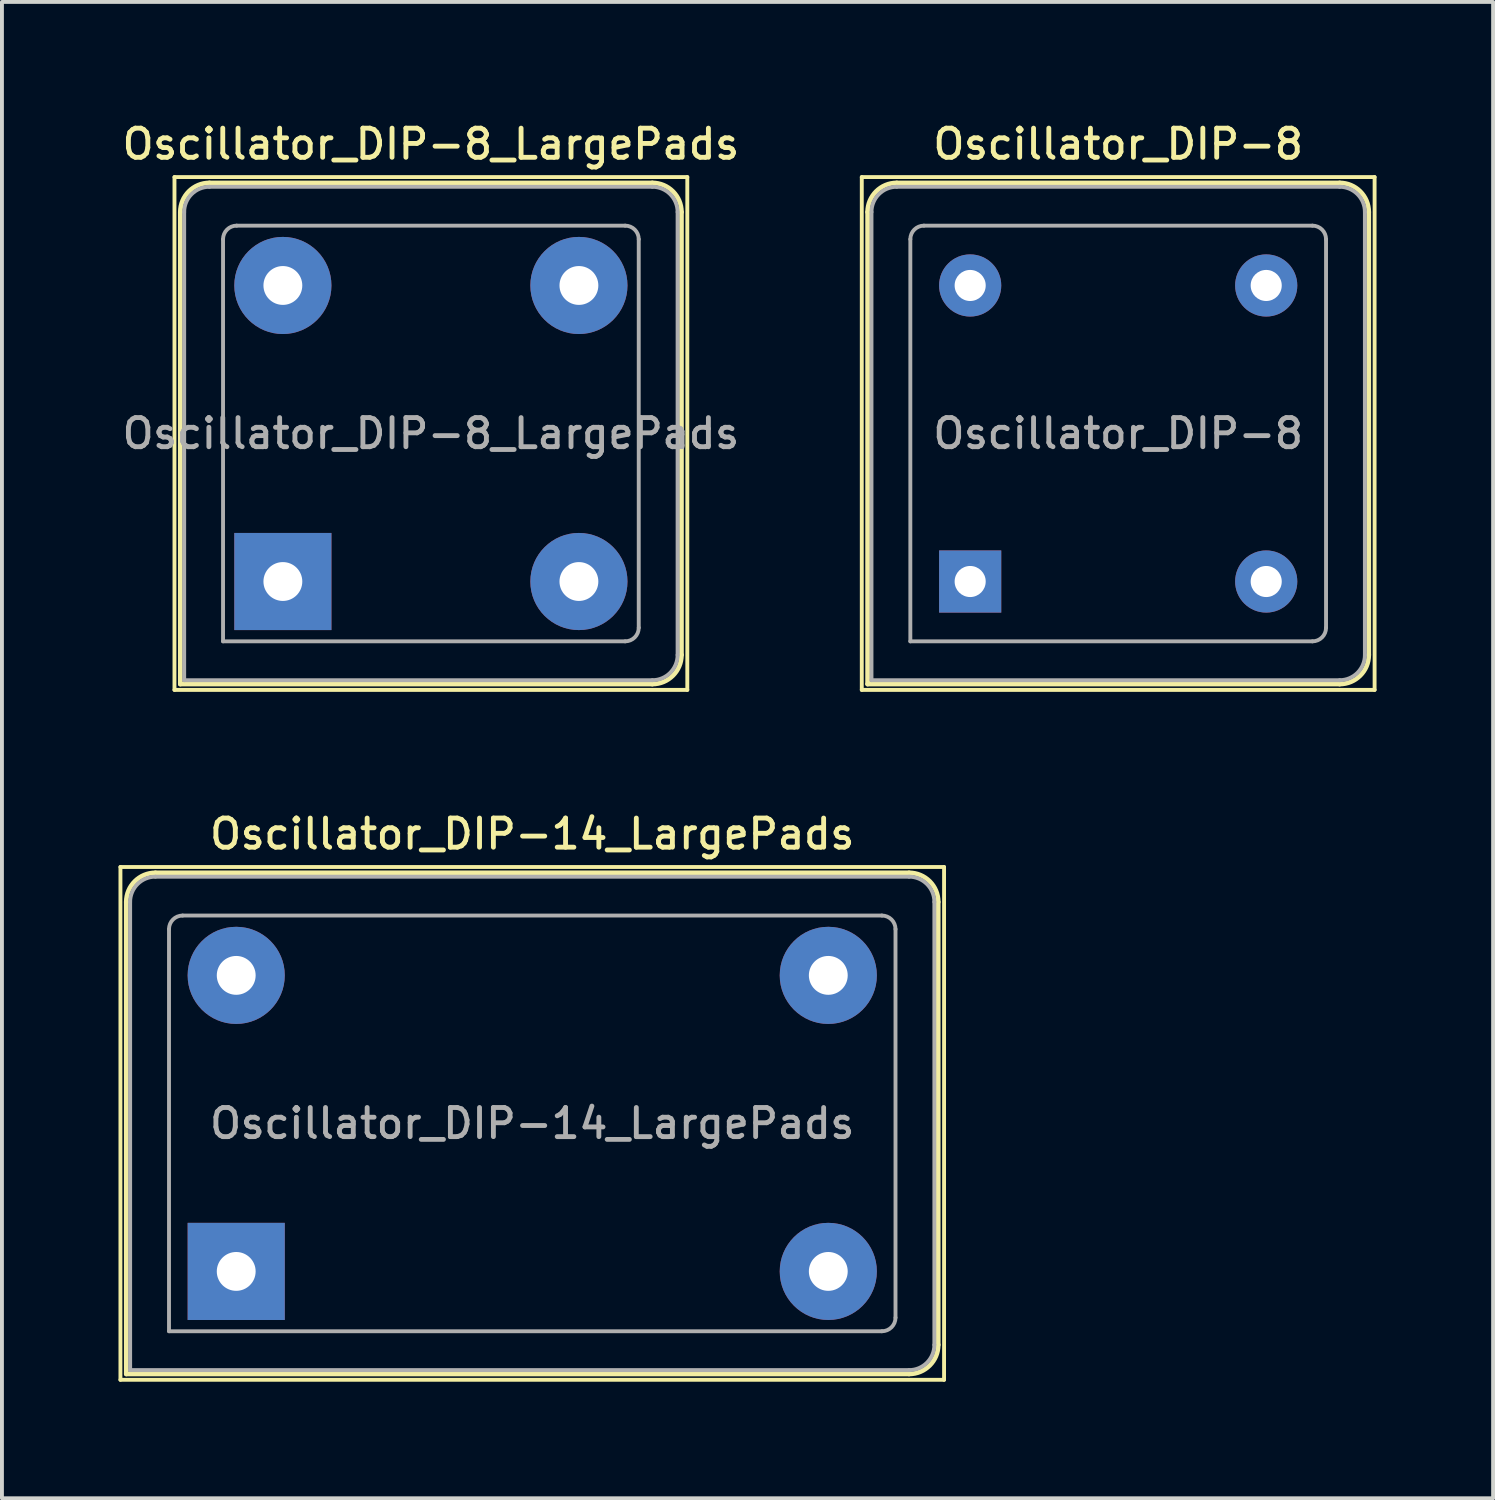
<source format=kicad_pcb>
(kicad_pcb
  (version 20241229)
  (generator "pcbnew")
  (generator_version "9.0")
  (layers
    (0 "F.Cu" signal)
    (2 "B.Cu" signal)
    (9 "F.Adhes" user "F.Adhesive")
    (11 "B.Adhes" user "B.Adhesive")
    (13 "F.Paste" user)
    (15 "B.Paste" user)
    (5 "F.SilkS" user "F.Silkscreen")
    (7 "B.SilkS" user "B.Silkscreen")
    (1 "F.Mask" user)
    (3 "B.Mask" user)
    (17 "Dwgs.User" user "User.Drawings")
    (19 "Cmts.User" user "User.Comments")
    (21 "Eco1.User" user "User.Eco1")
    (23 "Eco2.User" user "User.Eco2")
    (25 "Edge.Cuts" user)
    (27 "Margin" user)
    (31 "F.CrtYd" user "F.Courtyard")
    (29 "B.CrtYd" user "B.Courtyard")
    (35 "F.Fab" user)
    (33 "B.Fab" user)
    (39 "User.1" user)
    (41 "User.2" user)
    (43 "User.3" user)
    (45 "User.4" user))
  (footprint "Oscillator_DIP-8"
    (layer "F.Cu")
    (at 21.922 11.918)
    (property "Reference" "Oscillator_DIP-8" (at 3.81 -11.26 0) (layer "F.SilkS") (effects (font (size 0.75 0.75) (thickness 0.125))))
    (attr through_hole)
    (fp_line (start -2.79 -10.41) (end -2.79 2.79) (stroke (width 0.1) (type solid)) (layer "F.SilkS"))
    (fp_line (start -2.79 2.79) (end 10.41 2.79) (stroke (width 0.1) (type solid)) (layer "F.SilkS"))
    (fp_line (start -2.64 -9.51) (end -2.64 2.64) (stroke (width 0.12) (type solid)) (layer "F.SilkS"))
    (fp_line (start -2.64 2.64) (end 9.51 2.64) (stroke (width 0.12) (type solid)) (layer "F.SilkS"))
    (fp_line (start 9.51 -10.26) (end -1.89 -10.26) (stroke (width 0.12) (type solid)) (layer "F.SilkS"))
    (fp_line (start 10.26 1.89) (end 10.26 -9.51) (stroke (width 0.12) (type solid)) (layer "F.SilkS"))
    (fp_line (start 10.41 -10.41) (end -2.79 -10.41) (stroke (width 0.1) (type solid)) (layer "F.SilkS"))
    (fp_line (start 10.41 2.79) (end 10.41 -10.41) (stroke (width 0.1) (type solid)) (layer "F.SilkS"))
    (fp_arc (start -2.64 -9.51) (mid -2.42033 -10.04033) (end -1.89 -10.26) (stroke (width 0.12) (type solid)) (layer "F.SilkS"))
    (fp_arc (start 9.51 -10.26) (mid 10.04033 -10.04033) (end 10.26 -9.51) (stroke (width 0.12) (type solid)) (layer "F.SilkS"))
    (fp_arc (start 10.26 1.89) (mid 10.04033 2.42033) (end 9.51 2.64) (stroke (width 0.12) (type solid)) (layer "F.SilkS"))
    (fp_line (start -2.54 2.54) (end -2.54 -9.51) (stroke (width 0.1) (type solid)) (layer "F.Fab"))
    (fp_line (start -2.54 2.54) (end 9.51 2.54) (stroke (width 0.1) (type solid)) (layer "F.Fab"))
    (fp_line (start -1.89 -10.16) (end 9.51 -10.16) (stroke (width 0.1) (type solid)) (layer "F.Fab"))
    (fp_line (start -1.54 1.54) (end -1.54 -8.81) (stroke (width 0.1) (type solid)) (layer "F.Fab"))
    (fp_line (start -1.54 1.54) (end 8.81 1.54) (stroke (width 0.1) (type solid)) (layer "F.Fab"))
    (fp_line (start -1.19 -9.16) (end 8.81 -9.16) (stroke (width 0.1) (type solid)) (layer "F.Fab"))
    (fp_line (start 9.16 1.19) (end 9.16 -8.81) (stroke (width 0.1) (type solid)) (layer "F.Fab"))
    (fp_line (start 10.16 -9.51) (end 10.16 1.89) (stroke (width 0.1) (type solid)) (layer "F.Fab"))
    (fp_arc (start -2.54 -9.51) (mid -2.349619 -9.969619) (end -1.89 -10.16) (stroke (width 0.1) (type solid)) (layer "F.Fab"))
    (fp_arc (start -1.54 -8.81) (mid -1.437487 -9.057487) (end -1.19 -9.16) (stroke (width 0.1) (type solid)) (layer "F.Fab"))
    (fp_arc (start 8.81 -9.16) (mid 9.057487 -9.057487) (end 9.16 -8.81) (stroke (width 0.1) (type solid)) (layer "F.Fab"))
    (fp_arc (start 9.16 1.19) (mid 9.057487 1.437487) (end 8.81 1.54) (stroke (width 0.1) (type solid)) (layer "F.Fab"))
    (fp_arc (start 9.51 -10.16) (mid 9.969619 -9.969619) (end 10.16 -9.51) (stroke (width 0.1) (type solid)) (layer "F.Fab"))
    (fp_arc (start 10.16 1.89) (mid 9.969619 2.349619) (end 9.51 2.54) (stroke (width 0.1) (type solid)) (layer "F.Fab"))
    (fp_text user "${REFERENCE}" (at 3.81 -3.81 0) (layer "F.Fab") (effects (font (size 0.75 0.75) (thickness 0.125))))
    (pad "1" thru_hole rect (at 0 0) (size 1.6 1.6) (drill 0.8) (layers "*.Cu" "*.Mask"))
    (pad "4" thru_hole circle (at 7.62 0) (size 1.6 1.6) (drill 0.8) (layers "*.Cu" "*.Mask"))
    (pad "5" thru_hole circle (at 7.62 -7.62) (size 1.6 1.6) (drill 0.8) (layers "*.Cu" "*.Mask"))
    (pad "8" thru_hole circle (at 0 -7.62) (size 1.6 1.6) (drill 0.8) (layers "*.Cu" "*.Mask")))
  (footprint "Oscillator_DIP-14_LargePads"
    (layer "F.Cu")
    (at 3.03 29.676)
    (property "Reference" "Oscillator_DIP-14_LargePads" (at 7.62 -11.26 0) (layer "F.SilkS") (effects (font (size 0.75 0.75) (thickness 0.125))))
    (attr through_hole)
    (fp_line (start -2.98 -10.41) (end -2.98 2.79) (stroke (width 0.1) (type solid)) (layer "F.SilkS"))
    (fp_line (start -2.98 2.79) (end 18.22 2.79) (stroke (width 0.1) (type solid)) (layer "F.SilkS"))
    (fp_line (start -2.83 -9.51) (end -2.83 2.64) (stroke (width 0.12) (type solid)) (layer "F.SilkS"))
    (fp_line (start -2.83 2.64) (end 17.32 2.64) (stroke (width 0.12) (type solid)) (layer "F.SilkS"))
    (fp_line (start 17.32 -10.26) (end -2.08 -10.26) (stroke (width 0.12) (type solid)) (layer "F.SilkS"))
    (fp_line (start 18.07 1.89) (end 18.07 -9.51) (stroke (width 0.12) (type solid)) (layer "F.SilkS"))
    (fp_line (start 18.22 -10.41) (end -2.98 -10.41) (stroke (width 0.1) (type solid)) (layer "F.SilkS"))
    (fp_line (start 18.22 2.79) (end 18.22 -10.41) (stroke (width 0.1) (type solid)) (layer "F.SilkS"))
    (fp_arc (start -2.83 -9.51) (mid -2.61033 -10.04033) (end -2.08 -10.26) (stroke (width 0.12) (type solid)) (layer "F.SilkS"))
    (fp_arc (start 17.32 -10.26) (mid 17.85033 -10.04033) (end 18.07 -9.51) (stroke (width 0.12) (type solid)) (layer "F.SilkS"))
    (fp_arc (start 18.07 1.89) (mid 17.85033 2.42033) (end 17.32 2.64) (stroke (width 0.12) (type solid)) (layer "F.SilkS"))
    (fp_line (start -2.73 2.54) (end -2.73 -9.51) (stroke (width 0.1) (type solid)) (layer "F.Fab"))
    (fp_line (start -2.73 2.54) (end 17.32 2.54) (stroke (width 0.1) (type solid)) (layer "F.Fab"))
    (fp_line (start -2.08 -10.16) (end 17.32 -10.16) (stroke (width 0.1) (type solid)) (layer "F.Fab"))
    (fp_line (start -1.73 1.54) (end -1.73 -8.81) (stroke (width 0.1) (type solid)) (layer "F.Fab"))
    (fp_line (start -1.73 1.54) (end 16.62 1.54) (stroke (width 0.1) (type solid)) (layer "F.Fab"))
    (fp_line (start -1.38 -9.16) (end 16.62 -9.16) (stroke (width 0.1) (type solid)) (layer "F.Fab"))
    (fp_line (start 16.97 1.19) (end 16.97 -8.81) (stroke (width 0.1) (type solid)) (layer "F.Fab"))
    (fp_line (start 17.97 -9.51) (end 17.97 1.89) (stroke (width 0.1) (type solid)) (layer "F.Fab"))
    (fp_arc (start -2.73 -9.51) (mid -2.539619 -9.969619) (end -2.08 -10.16) (stroke (width 0.1) (type solid)) (layer "F.Fab"))
    (fp_arc (start -1.73 -8.81) (mid -1.627487 -9.057487) (end -1.38 -9.16) (stroke (width 0.1) (type solid)) (layer "F.Fab"))
    (fp_arc (start 16.62 -9.16) (mid 16.867487 -9.057487) (end 16.97 -8.81) (stroke (width 0.1) (type solid)) (layer "F.Fab"))
    (fp_arc (start 16.97 1.19) (mid 16.867487 1.437487) (end 16.62 1.54) (stroke (width 0.1) (type solid)) (layer "F.Fab"))
    (fp_arc (start 17.32 -10.16) (mid 17.779619 -9.969619) (end 17.97 -9.51) (stroke (width 0.1) (type solid)) (layer "F.Fab"))
    (fp_arc (start 17.97 1.89) (mid 17.779619 2.349619) (end 17.32 2.54) (stroke (width 0.1) (type solid)) (layer "F.Fab"))
    (fp_text user "${REFERENCE}" (at 7.62 -3.81 0) (layer "F.Fab") (effects (font (size 0.75 0.75) (thickness 0.125))))
    (pad "1" thru_hole rect (at 0 0) (size 2.5 2.5) (drill 1) (layers "*.Cu" "*.Mask"))
    (pad "7" thru_hole circle (at 15.24 0) (size 2.5 2.5) (drill 1) (layers "*.Cu" "*.Mask"))
    (pad "8" thru_hole circle (at 15.24 -7.62) (size 2.5 2.5) (drill 1) (layers "*.Cu" "*.Mask"))
    (pad "14" thru_hole circle (at 0 -7.62) (size 2.5 2.5) (drill 1) (layers "*.Cu" "*.Mask")))
  (footprint "Oscillator_DIP-8_LargePads"
    (layer "F.Cu")
    (at 4.231 11.918)
    (property "Reference" "Oscillator_DIP-8_LargePads" (at 3.81 -11.26 0) (layer "F.SilkS") (effects (font (size 0.75 0.75) (thickness 0.125))))
    (attr through_hole)
    (fp_line (start -2.79 -10.41) (end -2.79 2.79) (stroke (width 0.1) (type solid)) (layer "F.SilkS"))
    (fp_line (start -2.79 2.79) (end 10.41 2.79) (stroke (width 0.1) (type solid)) (layer "F.SilkS"))
    (fp_line (start -2.64 -9.51) (end -2.64 2.64) (stroke (width 0.12) (type solid)) (layer "F.SilkS"))
    (fp_line (start -2.64 2.64) (end 9.51 2.64) (stroke (width 0.12) (type solid)) (layer "F.SilkS"))
    (fp_line (start 9.51 -10.26) (end -1.89 -10.26) (stroke (width 0.12) (type solid)) (layer "F.SilkS"))
    (fp_line (start 10.26 1.89) (end 10.26 -9.51) (stroke (width 0.12) (type solid)) (layer "F.SilkS"))
    (fp_line (start 10.41 -10.41) (end -2.79 -10.41) (stroke (width 0.1) (type solid)) (layer "F.SilkS"))
    (fp_line (start 10.41 2.79) (end 10.41 -10.41) (stroke (width 0.1) (type solid)) (layer "F.SilkS"))
    (fp_arc (start -2.64 -9.51) (mid -2.42033 -10.04033) (end -1.89 -10.26) (stroke (width 0.12) (type solid)) (layer "F.SilkS"))
    (fp_arc (start 9.51 -10.26) (mid 10.04033 -10.04033) (end 10.26 -9.51) (stroke (width 0.12) (type solid)) (layer "F.SilkS"))
    (fp_arc (start 10.26 1.89) (mid 10.04033 2.42033) (end 9.51 2.64) (stroke (width 0.12) (type solid)) (layer "F.SilkS"))
    (fp_line (start -2.54 2.54) (end -2.54 -9.51) (stroke (width 0.1) (type solid)) (layer "F.Fab"))
    (fp_line (start -2.54 2.54) (end 9.51 2.54) (stroke (width 0.1) (type solid)) (layer "F.Fab"))
    (fp_line (start -1.89 -10.16) (end 9.51 -10.16) (stroke (width 0.1) (type solid)) (layer "F.Fab"))
    (fp_line (start -1.54 1.54) (end -1.54 -8.81) (stroke (width 0.1) (type solid)) (layer "F.Fab"))
    (fp_line (start -1.54 1.54) (end 8.81 1.54) (stroke (width 0.1) (type solid)) (layer "F.Fab"))
    (fp_line (start -1.19 -9.16) (end 8.81 -9.16) (stroke (width 0.1) (type solid)) (layer "F.Fab"))
    (fp_line (start 9.16 1.19) (end 9.16 -8.81) (stroke (width 0.1) (type solid)) (layer "F.Fab"))
    (fp_line (start 10.16 -9.51) (end 10.16 1.89) (stroke (width 0.1) (type solid)) (layer "F.Fab"))
    (fp_arc (start -2.54 -9.51) (mid -2.349619 -9.969619) (end -1.89 -10.16) (stroke (width 0.1) (type solid)) (layer "F.Fab"))
    (fp_arc (start -1.54 -8.81) (mid -1.437487 -9.057487) (end -1.19 -9.16) (stroke (width 0.1) (type solid)) (layer "F.Fab"))
    (fp_arc (start 8.81 -9.16) (mid 9.057487 -9.057487) (end 9.16 -8.81) (stroke (width 0.1) (type solid)) (layer "F.Fab"))
    (fp_arc (start 9.16 1.19) (mid 9.057487 1.437487) (end 8.81 1.54) (stroke (width 0.1) (type solid)) (layer "F.Fab"))
    (fp_arc (start 9.51 -10.16) (mid 9.969619 -9.969619) (end 10.16 -9.51) (stroke (width 0.1) (type solid)) (layer "F.Fab"))
    (fp_arc (start 10.16 1.89) (mid 9.969619 2.349619) (end 9.51 2.54) (stroke (width 0.1) (type solid)) (layer "F.Fab"))
    (fp_text user "${REFERENCE}" (at 3.81 -3.81 0) (layer "F.Fab") (effects (font (size 0.75 0.75) (thickness 0.125))))
    (pad "1" thru_hole rect (at 0 0) (size 2.5 2.5) (drill 1) (layers "*.Cu" "*.Mask"))
    (pad "4" thru_hole circle (at 7.62 0) (size 2.5 2.5) (drill 1) (layers "*.Cu" "*.Mask"))
    (pad "5" thru_hole circle (at 7.62 -7.62) (size 2.5 2.5) (drill 1) (layers "*.Cu" "*.Mask"))
    (pad "8" thru_hole circle (at 0 -7.62) (size 2.5 2.5) (drill 1) (layers "*.Cu" "*.Mask")))
  (gr_rect
    (start -3 -3)
    (end 35.382 35.516)
    (stroke (width 0.1) (type default))
    (fill no)
    (layer "Edge.Cuts")))
</source>
